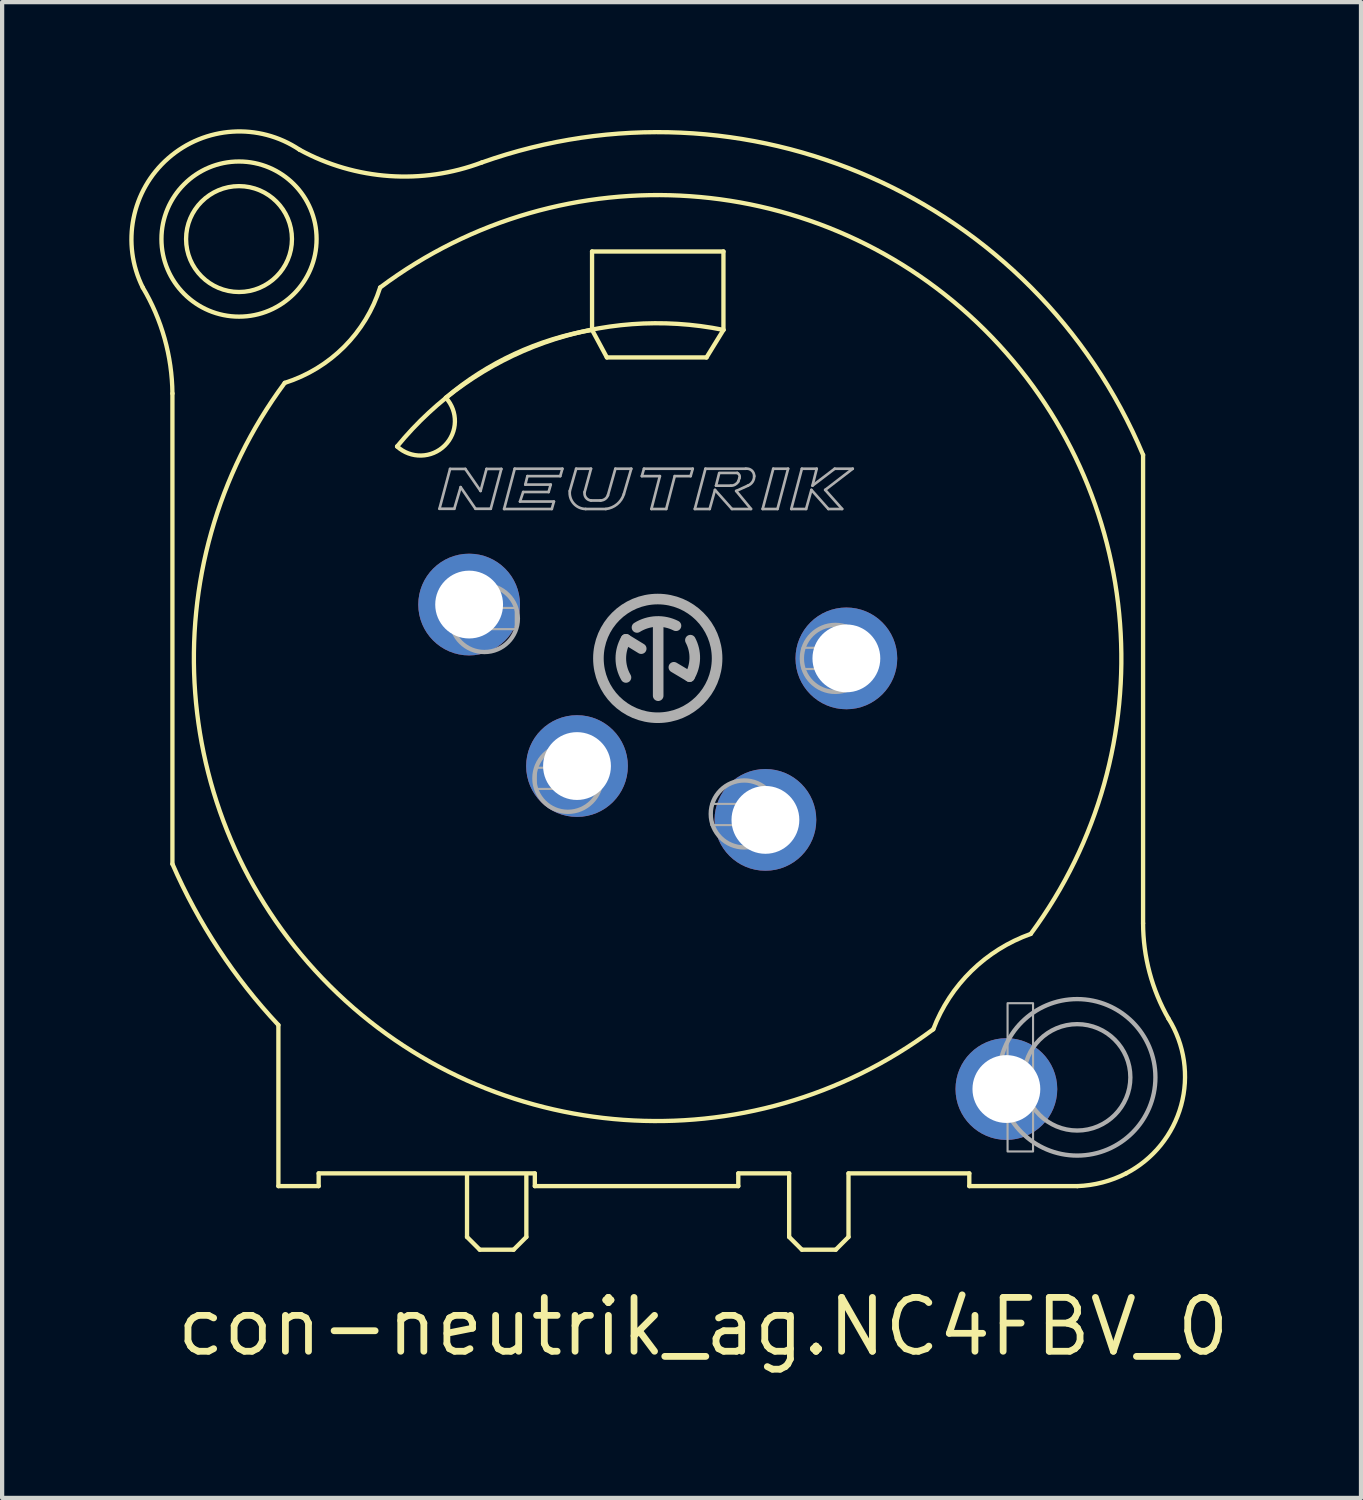
<source format=kicad_pcb>
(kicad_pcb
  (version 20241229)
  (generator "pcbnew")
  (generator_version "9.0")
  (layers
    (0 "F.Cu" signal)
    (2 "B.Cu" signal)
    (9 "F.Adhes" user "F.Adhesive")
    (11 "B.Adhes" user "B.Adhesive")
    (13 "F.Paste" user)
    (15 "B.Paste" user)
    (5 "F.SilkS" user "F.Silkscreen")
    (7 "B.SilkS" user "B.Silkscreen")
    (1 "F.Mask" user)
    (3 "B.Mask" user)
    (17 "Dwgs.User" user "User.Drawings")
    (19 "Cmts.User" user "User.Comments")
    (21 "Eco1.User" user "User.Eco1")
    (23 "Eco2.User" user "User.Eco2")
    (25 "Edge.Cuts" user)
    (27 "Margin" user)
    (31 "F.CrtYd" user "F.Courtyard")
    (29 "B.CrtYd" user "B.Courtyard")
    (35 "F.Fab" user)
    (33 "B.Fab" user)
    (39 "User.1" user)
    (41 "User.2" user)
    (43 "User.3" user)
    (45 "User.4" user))
  (footprint "con-neutrik_ag.NC4FBV_0"
    (layer "F.Cu")
    (at 12.468 12.483)
    (property "Reference" "con-neutrik_ag.NC4FBV_0" (at -11.43 16.51 0) (layer "F.SilkS") (effects (font (size 1.27 1.27) (thickness 0.16)) (justify left bottom)))
    (attr through_hole)
    (fp_line (start -11.45 -6.25) (end -11.45 4.85) (stroke (width 0.102) (type default)) (layer "F.SilkS"))
    (fp_line (start -8.95 8.65) (end -8.95 12.45) (stroke (width 0.102) (type default)) (layer "F.SilkS"))
    (fp_line (start -8.95 12.45) (end -8 12.45) (stroke (width 0.102) (type default)) (layer "F.SilkS"))
    (fp_line (start -8 12.15) (end -2.9 12.15) (stroke (width 0.102) (type default)) (layer "F.SilkS"))
    (fp_line (start -8 12.45) (end -8 12.15) (stroke (width 0.102) (type default)) (layer "F.SilkS"))
    (fp_line (start -4.5 12.2) (end -4.5 13.65) (stroke (width 0.102) (type default)) (layer "F.SilkS"))
    (fp_line (start -4.5 13.65) (end -4.2 13.95) (stroke (width 0.102) (type default)) (layer "F.SilkS"))
    (fp_line (start -4.2 13.95) (end -3.4 13.95) (stroke (width 0.102) (type default)) (layer "F.SilkS"))
    (fp_line (start -3.4 13.95) (end -3.1 13.65) (stroke (width 0.102) (type default)) (layer "F.SilkS"))
    (fp_line (start -3.1 13.65) (end -3.1 12.2) (stroke (width 0.102) (type default)) (layer "F.SilkS"))
    (fp_line (start -2.9 12.15) (end -2.9 12.45) (stroke (width 0.102) (type default)) (layer "F.SilkS"))
    (fp_line (start -2.9 12.45) (end 1.9 12.45) (stroke (width 0.102) (type default)) (layer "F.SilkS"))
    (fp_line (start -1.55 -9.6) (end -1.55 -7.75) (stroke (width 0.102) (type default)) (layer "F.SilkS"))
    (fp_line (start -1.55 -7.75) (end -1.2 -7.1) (stroke (width 0.102) (type default)) (layer "F.SilkS"))
    (fp_line (start -1.2 -7.1) (end 1.15 -7.1) (stroke (width 0.102) (type default)) (layer "F.SilkS"))
    (fp_line (start 1.15 -7.1) (end 1.55 -7.75) (stroke (width 0.102) (type default)) (layer "F.SilkS"))
    (fp_line (start 1.55 -9.6) (end -1.55 -9.6) (stroke (width 0.102) (type default)) (layer "F.SilkS"))
    (fp_line (start 1.55 -7.75) (end 1.55 -9.6) (stroke (width 0.102) (type default)) (layer "F.SilkS"))
    (fp_line (start 1.9 12.15) (end 3.1 12.15) (stroke (width 0.102) (type default)) (layer "F.SilkS"))
    (fp_line (start 1.9 12.45) (end 1.9 12.15) (stroke (width 0.102) (type default)) (layer "F.SilkS"))
    (fp_line (start 3.1 12.15) (end 3.1 13.65) (stroke (width 0.102) (type default)) (layer "F.SilkS"))
    (fp_line (start 3.1 13.65) (end 3.4 13.95) (stroke (width 0.102) (type default)) (layer "F.SilkS"))
    (fp_line (start 3.4 13.95) (end 4.2 13.95) (stroke (width 0.102) (type default)) (layer "F.SilkS"))
    (fp_line (start 4.2 13.95) (end 4.5 13.65) (stroke (width 0.102) (type default)) (layer "F.SilkS"))
    (fp_line (start 4.5 12.15) (end 7.35 12.15) (stroke (width 0.102) (type default)) (layer "F.SilkS"))
    (fp_line (start 4.5 13.65) (end 4.5 12.15) (stroke (width 0.102) (type default)) (layer "F.SilkS"))
    (fp_line (start 7.35 12.15) (end 7.35 12.45) (stroke (width 0.102) (type default)) (layer "F.SilkS"))
    (fp_line (start 7.35 12.45) (end 9.9 12.45) (stroke (width 0.102) (type default)) (layer "F.SilkS"))
    (fp_line (start 11.45 6.25) (end 11.45 -4.8) (stroke (width 0.102) (type default)) (layer "F.SilkS"))
    (fp_arc (start -12.15 -8.75) (mid -11.634641 -7.5463) (end -11.45 -6.25) (stroke (width 0.1016) (type default)) (layer "F.SilkS"))
    (fp_arc (start -12.15 -8.75) (mid -11.550563 -11.798718) (end -8.45 -12) (stroke (width 0.1016) (type default)) (layer "F.SilkS"))
    (fp_arc (start -8.95 8.65) (mid -10.362445 6.856872) (end -11.45 4.85) (stroke (width 0.1016) (type default)) (layer "F.SilkS"))
    (fp_arc (start -6.55 -8.75) (mid -7.399996 -7.349996) (end -8.8 -6.5) (stroke (width 0.1016) (type default)) (layer "F.SilkS"))
    (fp_arc (start -6.55 -8.75) (mid 7.709647 -7.752825) (end 8.8 6.5) (stroke (width 0.1016) (type default)) (layer "F.SilkS"))
    (fp_arc (start -6.15 -5) (mid -2.682297 -7.445431) (end 1.55 -7.75) (stroke (width 0.1016) (type default)) (layer "F.SilkS"))
    (fp_arc (start -5 -6.15) (mid -5.024457 -5.024457) (end -6.15 -5) (stroke (width 0.1016) (type default)) (layer "F.SilkS"))
    (fp_arc (start -5 -6.15) (mid -3.382475 -7.181744) (end -1.55 -7.75) (stroke (width 0.1016) (type default)) (layer "F.SilkS"))
    (fp_arc (start -4.15 -11.7) (mid -6.332781 -11.380141) (end -8.45 -12) (stroke (width 0.1016) (type default)) (layer "F.SilkS"))
    (fp_arc (start -4.15 -11.7) (mid 5.021613 -11.351038) (end 11.45 -4.8) (stroke (width 0.1016) (type default)) (layer "F.SilkS"))
    (fp_arc (start 6.5 8.75) (mid -7.733301 7.729886) (end -8.8 -6.5) (stroke (width 0.1016) (type default)) (layer "F.SilkS"))
    (fp_arc (start 6.5 8.75) (mid 7.40247 7.371969) (end 8.8 6.5) (stroke (width 0.1016) (type default)) (layer "F.SilkS"))
    (fp_arc (start 11.05 12.15) (mid 10.491533 12.363377) (end 9.9 12.45) (stroke (width 0.1016) (type default)) (layer "F.SilkS"))
    (fp_arc (start 12.05 8.5) (mid 12.348211 10.543688) (end 11.05 12.15) (stroke (width 0.1016) (type default)) (layer "F.SilkS"))
    (fp_arc (start 12.05 8.5) (mid 11.603713 7.41401) (end 11.45 6.25) (stroke (width 0.1016) (type default)) (layer "F.SilkS"))
    (fp_circle (center -9.879 -9.893) (end -8.63 -9.893) (stroke (width 0.102) (type default)) (fill no) (layer "F.SilkS"))
    (fp_circle (center -9.879 -9.893) (end -8.049 -9.893) (stroke (width 0.102) (type default)) (fill no) (layer "F.SilkS"))
    (fp_line (start -5.15 -3.53) (end -4.9 -4.47) (stroke (width 0.063) (type default)) (layer "F.Fab"))
    (fp_line (start -4.9 -4.47) (end -4.54 -4.47) (stroke (width 0.063) (type default)) (layer "F.Fab"))
    (fp_line (start -4.8 -3.53) (end -5.15 -3.53) (stroke (width 0.063) (type default)) (layer "F.Fab"))
    (fp_line (start -4.65 -4.04) (end -4.8 -3.53) (stroke (width 0.063) (type default)) (layer "F.Fab"))
    (fp_line (start -4.54 -4.47) (end -4.18 -3.95) (stroke (width 0.063) (type default)) (layer "F.Fab"))
    (fp_line (start -4.3 -3.53) (end -4.65 -4.04) (stroke (width 0.063) (type default)) (layer "F.Fab"))
    (fp_line (start -4.18 -3.95) (end -4.04 -4.47) (stroke (width 0.063) (type default)) (layer "F.Fab"))
    (fp_line (start -4.04 -4.47) (end -3.69 -4.47) (stroke (width 0.063) (type default)) (layer "F.Fab"))
    (fp_line (start -3.94 -3.53) (end -4.3 -3.53) (stroke (width 0.063) (type default)) (layer "F.Fab"))
    (fp_line (start -3.69 -4.47) (end -3.94 -3.53) (stroke (width 0.063) (type default)) (layer "F.Fab"))
    (fp_line (start -3.625 -3.525) (end -3.375 -4.475) (stroke (width 0.063) (type default)) (layer "F.Fab"))
    (fp_line (start -3.375 -4.475) (end -2.25 -4.475) (stroke (width 0.063) (type default)) (layer "F.Fab"))
    (fp_line (start -3.25 -3.7) (end -2.45 -3.7) (stroke (width 0.063) (type default)) (layer "F.Fab"))
    (fp_line (start -3.175 -3.925) (end -3.25 -3.7) (stroke (width 0.063) (type default)) (layer "F.Fab"))
    (fp_line (start -3.125 -4.1) (end -2.525 -4.1) (stroke (width 0.063) (type default)) (layer "F.Fab"))
    (fp_line (start -3.075 -4.3) (end -3.125 -4.1) (stroke (width 0.063) (type default)) (layer "F.Fab"))
    (fp_line (start -2.575 -3.925) (end -3.175 -3.925) (stroke (width 0.063) (type default)) (layer "F.Fab"))
    (fp_line (start -2.525 -4.1) (end -2.575 -3.925) (stroke (width 0.063) (type default)) (layer "F.Fab"))
    (fp_line (start -2.5 -3.525) (end -3.625 -3.525) (stroke (width 0.063) (type default)) (layer "F.Fab"))
    (fp_line (start -2.45 -3.7) (end -2.5 -3.525) (stroke (width 0.063) (type default)) (layer "F.Fab"))
    (fp_line (start -2.3 -4.3) (end -3.075 -4.3) (stroke (width 0.063) (type default)) (layer "F.Fab"))
    (fp_line (start -2.25 -4.475) (end -2.3 -4.3) (stroke (width 0.063) (type default)) (layer "F.Fab"))
    (fp_line (start -2.075 -3.95) (end -1.925 -4.475) (stroke (width 0.063) (type default)) (layer "F.Fab"))
    (fp_line (start -1.925 -4.475) (end -1.575 -4.475) (stroke (width 0.063) (type default)) (layer "F.Fab"))
    (fp_line (start -1.575 -4.475) (end -1.725 -3.925) (stroke (width 0.063) (type default)) (layer "F.Fab"))
    (fp_line (start -1.575 -3.725) (end -1.35 -3.725) (stroke (width 0.063) (type default)) (layer "F.Fab"))
    (fp_line (start -1.225 -3.525) (end -1.7 -3.525) (stroke (width 0.063) (type default)) (layer "F.Fab"))
    (fp_line (start -1.175 -3.85) (end -1 -4.475) (stroke (width 0.063) (type default)) (layer "F.Fab"))
    (fp_line (start -1 -4.475) (end -0.625 -4.475) (stroke (width 0.063) (type default)) (layer "F.Fab"))
    (fp_line (start -0.75 -0.45) (end -0.39 -0.23) (stroke (width 0.25) (type default)) (layer "F.Fab"))
    (fp_line (start -0.625 -4.475) (end -0.8 -3.875) (stroke (width 0.063) (type default)) (layer "F.Fab"))
    (fp_line (start -0.375 -4.3) (end -0.325 -4.475) (stroke (width 0.063) (type default)) (layer "F.Fab"))
    (fp_line (start -0.325 -4.475) (end 0.825 -4.475) (stroke (width 0.063) (type default)) (layer "F.Fab"))
    (fp_line (start -0.15 -3.525) (end 0.05 -4.3) (stroke (width 0.063) (type default)) (layer "F.Fab"))
    (fp_line (start 0.01 0.88) (end 0.01 -0.78) (stroke (width 0.25) (type default)) (layer "F.Fab"))
    (fp_line (start 0.05 -4.3) (end -0.375 -4.3) (stroke (width 0.063) (type default)) (layer "F.Fab"))
    (fp_line (start 0.2 -3.525) (end -0.15 -3.525) (stroke (width 0.063) (type default)) (layer "F.Fab"))
    (fp_line (start 0.38 0.21) (end 0.75 0.43) (stroke (width 0.25) (type default)) (layer "F.Fab"))
    (fp_line (start 0.4 -4.3) (end 0.2 -3.525) (stroke (width 0.063) (type default)) (layer "F.Fab"))
    (fp_line (start 0.775 -4.3) (end 0.4 -4.3) (stroke (width 0.063) (type default)) (layer "F.Fab"))
    (fp_line (start 0.825 -4.475) (end 0.775 -4.3) (stroke (width 0.063) (type default)) (layer "F.Fab"))
    (fp_line (start 0.875 -3.525) (end 1.125 -4.475) (stroke (width 0.063) (type default)) (layer "F.Fab"))
    (fp_line (start 1.125 -4.475) (end 2.075 -4.475) (stroke (width 0.063) (type default)) (layer "F.Fab"))
    (fp_line (start 1.225 -3.525) (end 0.875 -3.525) (stroke (width 0.063) (type default)) (layer "F.Fab"))
    (fp_line (start 1.35 -3.975) (end 1.225 -3.525) (stroke (width 0.063) (type default)) (layer "F.Fab"))
    (fp_line (start 1.375 -4.075) (end 1.725 -4.075) (stroke (width 0.063) (type default)) (layer "F.Fab"))
    (fp_line (start 1.45 -4.375) (end 1.375 -4.075) (stroke (width 0.063) (type default)) (layer "F.Fab"))
    (fp_line (start 1.75 -3.525) (end 1.35 -3.975) (stroke (width 0.063) (type default)) (layer "F.Fab"))
    (fp_line (start 1.85 -3.95) (end 2.2 -3.525) (stroke (width 0.063) (type default)) (layer "F.Fab"))
    (fp_line (start 1.875 -4.375) (end 1.475 -4.375) (stroke (width 0.063) (type default)) (layer "F.Fab"))
    (fp_line (start 1.9 -4.175) (end 1.925 -4.25) (stroke (width 0.063) (type default)) (layer "F.Fab"))
    (fp_line (start 2.125 -4.075) (end 1.85 -3.95) (stroke (width 0.063) (type default)) (layer "F.Fab"))
    (fp_line (start 2.2 -3.525) (end 1.75 -3.525) (stroke (width 0.063) (type default)) (layer "F.Fab"))
    (fp_line (start 2.475 -3.525) (end 2.725 -4.475) (stroke (width 0.063) (type default)) (layer "F.Fab"))
    (fp_line (start 2.725 -4.475) (end 3.075 -4.475) (stroke (width 0.063) (type default)) (layer "F.Fab"))
    (fp_line (start 2.825 -3.525) (end 2.475 -3.525) (stroke (width 0.063) (type default)) (layer "F.Fab"))
    (fp_line (start 3.075 -4.475) (end 2.825 -3.525) (stroke (width 0.063) (type default)) (layer "F.Fab"))
    (fp_line (start 3.15 -3.525) (end 3.5 -3.525) (stroke (width 0.063) (type default)) (layer "F.Fab"))
    (fp_line (start 3.4 -4.475) (end 3.15 -3.525) (stroke (width 0.063) (type default)) (layer "F.Fab"))
    (fp_line (start 3.5 -3.525) (end 3.625 -3.975) (stroke (width 0.063) (type default)) (layer "F.Fab"))
    (fp_line (start 3.625 -3.975) (end 4.025 -3.525) (stroke (width 0.063) (type default)) (layer "F.Fab"))
    (fp_line (start 3.65 -4.075) (end 3.75 -4.475) (stroke (width 0.063) (type default)) (layer "F.Fab"))
    (fp_line (start 3.75 -4.475) (end 3.4 -4.475) (stroke (width 0.063) (type default)) (layer "F.Fab"))
    (fp_line (start 3.95 -3.975) (end 4.6 -4.475) (stroke (width 0.063) (type default)) (layer "F.Fab"))
    (fp_line (start 4.025 -3.525) (end 4.35 -3.525) (stroke (width 0.063) (type default)) (layer "F.Fab"))
    (fp_line (start 4.175 -4.475) (end 3.65 -4.075) (stroke (width 0.063) (type default)) (layer "F.Fab"))
    (fp_line (start 4.35 -3.525) (end 3.95 -3.975) (stroke (width 0.063) (type default)) (layer "F.Fab"))
    (fp_line (start 4.6 -4.475) (end 4.175 -4.475) (stroke (width 0.063) (type default)) (layer "F.Fab"))
    (fp_rect (start -4.85 -0.69) (end -3.35 -1.19) (stroke (width 0.05) (type default)) (fill no) (layer "F.Fab"))
    (fp_rect (start -2.88 3.08) (end -1.36 2.58) (stroke (width 0.05) (type default)) (fill no) (layer "F.Fab"))
    (fp_rect (start 1.266 3.933) (end 2.796 3.433) (stroke (width 0.05) (type default)) (fill no) (layer "F.Fab"))
    (fp_rect (start 3.42 0.25) (end 4.95 -0.25) (stroke (width 0.05) (type default)) (fill no) (layer "F.Fab"))
    (fp_rect (start 8.253 11.633) (end 8.854 8.135) (stroke (width 0.05) (type default)) (fill no) (layer "F.Fab"))
    (fp_arc (start -1.7 -3.525) (mid -1.982521 -3.653658) (end -2.075 -3.95) (stroke (width 0.0634) (type default)) (layer "F.Fab"))
    (fp_arc (start -1.575 -3.725) (mid -1.69424 -3.79182) (end -1.725 -3.925) (stroke (width 0.0634) (type default)) (layer "F.Fab"))
    (fp_arc (start -1.175 -3.85) (mid -1.243079 -3.760311) (end -1.35 -3.725) (stroke (width 0.0634) (type default)) (layer "F.Fab"))
    (fp_arc (start -0.8 -3.875) (mid -0.960312 -3.636629) (end -1.225 -3.525) (stroke (width 0.0634) (type default)) (layer "F.Fab"))
    (fp_arc (start -0.75 0.45) (mid -0.871403 0) (end -0.75 -0.45) (stroke (width 0.25) (type default)) (layer "F.Fab"))
    (fp_arc (start -0.49 -0.73) (mid -0.035246 -0.870662) (end 0.43 -0.77) (stroke (width 0.25) (type default)) (layer "F.Fab"))
    (fp_arc (start 0.77 -0.43) (mid 0.873225 0.002633) (end 0.75 0.43) (stroke (width 0.25) (type default)) (layer "F.Fab"))
    (fp_arc (start 1.875 -4.375) (mid 1.925888 -4.322855) (end 1.925 -4.25) (stroke (width 0.0634) (type default)) (layer "F.Fab"))
    (fp_arc (start 1.9 -4.175) (mid 1.82636 -4.100745) (end 1.725 -4.075) (stroke (width 0.0634) (type default)) (layer "F.Fab"))
    (fp_arc (start 2.075 -4.475) (mid 2.215618 -4.433921) (end 2.275 -4.3) (stroke (width 0.0634) (type default)) (layer "F.Fab"))
    (fp_arc (start 2.275 -4.3) (mid 2.235142 -4.164072) (end 2.125 -4.075) (stroke (width 0.0634) (type default)) (layer "F.Fab"))
    (fp_circle (center -4.09 -0.94) (end -3.3 -0.94) (stroke (width 0.102) (type default)) (fill no) (layer "F.Fab"))
    (fp_circle (center -2.12 2.83) (end -1.33 2.83) (stroke (width 0.102) (type default)) (fill no) (layer "F.Fab"))
    (fp_circle (center 0 0) (end 1.4 0) (stroke (width 0.25) (type default)) (fill no) (layer "F.Fab"))
    (fp_circle (center 2.04 3.67) (end 2.83 3.67) (stroke (width 0.102) (type default)) (fill no) (layer "F.Fab"))
    (fp_circle (center 4.19 0) (end 4.98 0) (stroke (width 0.102) (type default)) (fill no) (layer "F.Fab"))
    (fp_circle (center 9.895 9.884) (end 11.15 9.884) (stroke (width 0.102) (type default)) (fill no) (layer "F.Fab"))
    (fp_circle (center 9.895 9.884) (end 11.741 9.884) (stroke (width 0.102) (type default)) (fill no) (layer "F.Fab"))
    (pad "1" thru_hole circle (at 4.45 0) (size 2.4 2.4) (drill 1.6) (layers "*.Cu" "*.Mask"))
    (pad "2" thru_hole circle (at 2.54 3.81) (size 2.4 2.4) (drill 1.6) (layers "*.Cu" "*.Mask"))
    (pad "3" thru_hole circle (at -1.905 2.54) (size 2.4 2.4) (drill 1.6) (layers "*.Cu" "*.Mask"))
    (pad "4" thru_hole circle (at -4.45 -1.27) (size 2.4 2.4) (drill 1.6) (layers "*.Cu" "*.Mask"))
    (pad "G" thru_hole circle (at 8.225 10.16) (size 2.4 2.4) (drill 1.6) (layers "*.Cu" "*.Mask")))
  (gr_rect
    (start -3 -3)
    (end 29.059 32.29)
    (stroke (width 0.1) (type default))
    (fill no)
    (layer "Edge.Cuts")))
</source>
